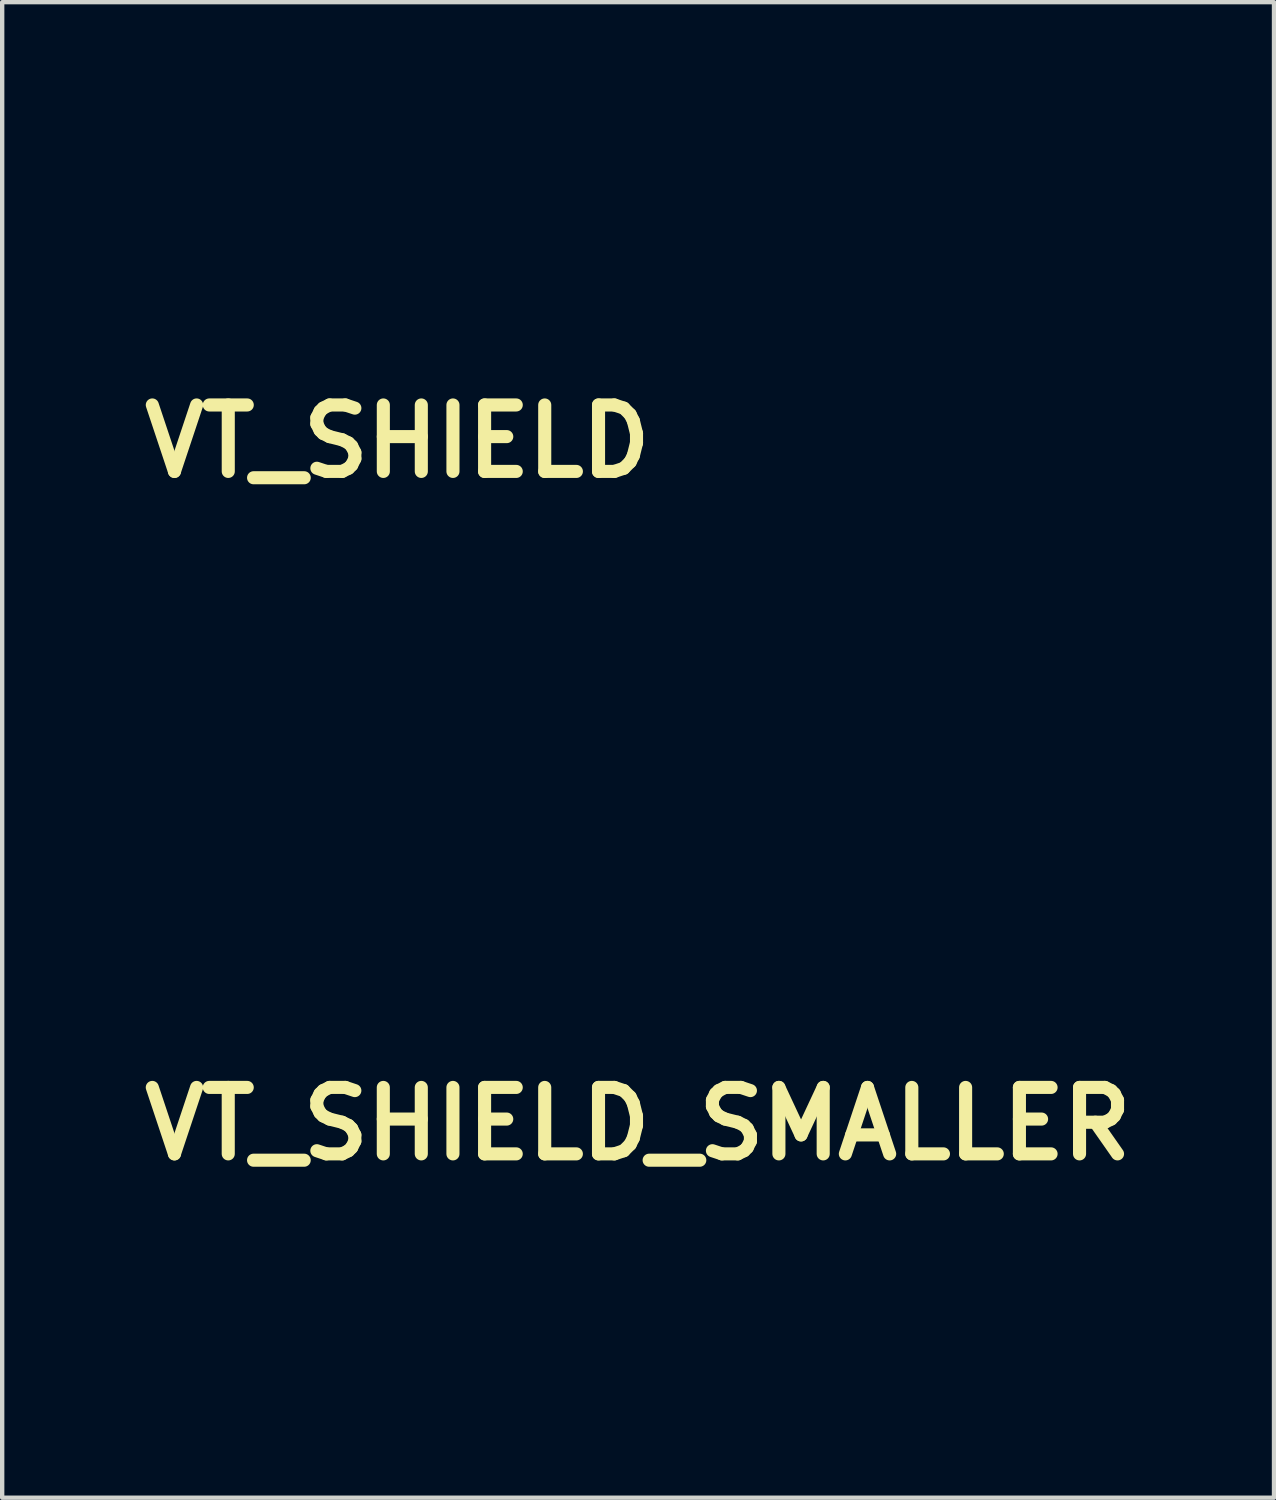
<source format=kicad_pcb>
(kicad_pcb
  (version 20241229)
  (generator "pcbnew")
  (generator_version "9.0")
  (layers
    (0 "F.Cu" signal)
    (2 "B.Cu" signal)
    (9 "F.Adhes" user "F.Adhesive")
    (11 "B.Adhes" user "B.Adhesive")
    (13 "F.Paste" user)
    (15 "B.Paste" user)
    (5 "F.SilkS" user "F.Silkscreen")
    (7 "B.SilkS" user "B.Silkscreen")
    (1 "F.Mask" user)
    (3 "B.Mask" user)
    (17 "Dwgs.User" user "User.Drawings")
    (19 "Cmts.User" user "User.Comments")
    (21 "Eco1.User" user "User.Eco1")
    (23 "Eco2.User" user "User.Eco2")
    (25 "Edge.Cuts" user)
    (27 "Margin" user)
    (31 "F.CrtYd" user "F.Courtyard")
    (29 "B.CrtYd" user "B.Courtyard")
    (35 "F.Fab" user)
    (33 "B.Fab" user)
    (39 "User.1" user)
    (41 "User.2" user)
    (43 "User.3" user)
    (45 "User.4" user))
  (footprint "VT_SHIELD_SMALLER"
    (layer "F.Cu")
    (at 11.582 22.721)
    (property "Reference" "VT_SHIELD_SMALLER" (at 0 0 0) (layer "F.SilkS") (effects (font (size 1.524 1.524) (thickness 0.3))))
    (attr through_hole)
    (fp_poly (pts (xy -1.018 1.988) (xy -0.957 2.021) (xy -0.914 2.074) (xy -0.891 2.139) (xy -0.892 2.211) (xy -0.923 2.284) (xy -0.945 2.313) (xy -0.992 2.357) (xy -1.034 2.373) (xy -1.085 2.364) (xy -1.117 2.351) (xy -1.173 2.315) (xy -1.224 2.264) (xy -1.259 2.209) (xy -1.27 2.166) (xy -1.256 2.097) (xy -1.218 2.036) (xy -1.171 1.999) (xy -1.09 1.978) (xy -1.018 1.988)) (stroke (width 0.01) (type solid)) (fill yes) (layer "F.Mask"))
    (fp_poly (pts (xy -1.044 2.689) (xy -1.021 2.701) (xy -0.937 2.76) (xy -0.884 2.836) (xy -0.865 2.926) (xy -0.865 2.934) (xy -0.881 3.013) (xy -0.924 3.075) (xy -0.987 3.115) (xy -1.064 3.129) (xy -1.141 3.115) (xy -1.211 3.074) (xy -1.258 3.012) (xy -1.281 2.939) (xy -1.28 2.861) (xy -1.255 2.787) (xy -1.205 2.725) (xy -1.155 2.692) (xy -1.115 2.676) (xy -1.084 2.674) (xy -1.044 2.689)) (stroke (width 0.01) (type solid)) (fill yes) (layer "F.Mask"))
    (fp_poly (pts (xy 4.445 -2.367) (xy 4.445 0.817) (xy 3.311 0.807) (xy 3.302 -5.261) (xy 2.086 -5.261) (xy 2.086 0.817) (xy -0.05 0.812) (xy -2.186 0.807) (xy -2.186 0.671) (xy -1.959 0.671) (xy -1.306 0.671) (xy -1.315 -4.808) (xy -1.107 -4.808) (xy -1.107 0.254) (xy -0.78 0.254) (xy 0.708 0.254) (xy 1.052 0.254) (xy 1.043 -4.799) (xy 0.875 -4.804) (xy 0.708 -4.809) (xy 0.708 0.254) (xy -0.78 0.254) (xy -0.78 -4.554) (xy -0.617 -4.554) (xy -0.617 0.073) (xy -0.472 0.073) (xy -0.472 0.054) (xy 0.381 0.054) (xy 0.454 0.054) (xy 0.501 0.051) (xy 0.522 0.039) (xy 0.526 0.018) (xy 0.526 -0.004) (xy 0.526 -0.061) (xy 0.526 -0.149) (xy 0.526 -0.267) (xy 0.526 -0.412) (xy 0.526 -0.583) (xy 0.526 -0.776) (xy 0.526 -0.991) (xy 0.526 -1.224) (xy 0.526 -1.473) (xy 0.526 -1.736) (xy 0.526 -2.011) (xy 0.526 -2.291) (xy 0.527 -4.563) (xy 0.469 -4.569) (xy 0.422 -4.566) (xy 0.397 -4.551) (xy 0.395 -4.53) (xy 0.393 -4.475) (xy 0.391 -4.388) (xy 0.39 -4.272) (xy 0.388 -4.128) (xy 0.387 -3.958) (xy 0.385 -3.766) (xy 0.384 -3.552) (xy 0.383 -3.32) (xy 0.382 -3.071) (xy 0.382 -2.808) (xy 0.381 -2.533) (xy 0.381 -2.248) (xy 0.381 -2.236) (xy 0.381 0.054) (xy -0.472 0.054) (xy -0.472 -0.036) (xy -0.219 -0.036) (xy 0.128 -0.036) (xy 0.123 -0.186) (xy 0.118 -0.336) (xy -0.209 -0.336) (xy -0.214 -0.186) (xy -0.219 -0.036) (xy -0.472 -0.036) (xy -0.472 -4.554) (xy -0.617 -4.554) (xy -0.78 -4.554) (xy -0.78 -4.808) (xy -1.107 -4.808) (xy -1.315 -4.808) (xy -1.315 -5.035) (xy -1.637 -5.04) (xy -1.905 -5.044) (xy 1.234 -5.044) (xy 1.234 0.671) (xy 1.869 0.671) (xy 1.869 -5.044) (xy 1.234 -5.044) (xy -1.905 -5.044) (xy -1.959 -5.045) (xy -1.959 0.671) (xy -2.186 0.671) (xy -2.191 -2.227) (xy -2.195 -5.261) (xy -3.411 -5.261) (xy -3.411 0.816) (xy -4.445 0.816) (xy -4.445 -5.552) (xy 4.445 -5.552) (xy 4.445 -2.367)) (stroke (width 0.01) (type solid)) (fill yes) (layer "F.Mask"))
    (fp_poly (pts (xy 4.445 2.084) (xy 4.445 2.295) (xy 4.445 2.473) (xy 4.444 2.622) (xy 4.444 2.744) (xy 4.442 2.844) (xy 4.44 2.925) (xy 4.437 2.99) (xy 4.434 3.042) (xy 4.429 3.085) (xy 4.423 3.123) (xy 4.415 3.159) (xy 4.406 3.195) (xy 4.401 3.218) (xy 4.355 3.368) (xy 4.302 3.488) (xy 4.239 3.584) (xy 4.177 3.647) (xy 4.138 3.675) (xy 4.07 3.716) (xy 3.978 3.767) (xy 3.865 3.828) (xy 3.736 3.895) (xy 3.595 3.967) (xy 3.445 4.041) (xy 3.292 4.115) (xy 3.138 4.188) (xy 3.003 4.251) (xy 2.841 4.325) (xy 2.701 4.389) (xy 2.576 4.445) (xy 2.459 4.498) (xy 2.342 4.551) (xy 2.218 4.606) (xy 2.08 4.668) (xy 1.921 4.739) (xy 1.805 4.79) (xy 1.51 4.921) (xy 1.238 5.041) (xy 0.99 5.151) (xy 0.767 5.248) (xy 0.57 5.334) (xy 0.4 5.407) (xy 0.258 5.467) (xy 0.146 5.513) (xy 0.064 5.546) (xy 0.013 5.565) (xy -0.005 5.569) (xy -0.026 5.562) (xy -0.076 5.542) (xy -0.153 5.511) (xy -0.252 5.47) (xy -0.368 5.421) (xy -0.5 5.365) (xy -0.642 5.304) (xy -0.671 5.291) (xy -0.83 5.223) (xy -0.992 5.153) (xy -1.15 5.084) (xy -1.299 5.019) (xy -1.432 4.962) (xy -1.543 4.913) (xy -1.615 4.882) (xy -1.731 4.83) (xy -1.855 4.776) (xy -1.974 4.723) (xy -2.078 4.678) (xy -2.123 4.658) (xy -2.469 4.506) (xy -2.783 4.366) (xy -3.066 4.239) (xy -3.318 4.123) (xy -3.541 4.019) (xy -3.737 3.925) (xy -3.766 3.911) (xy -3.909 3.84) (xy -4.024 3.781) (xy -4.113 3.73) (xy -4.183 3.686) (xy -4.236 3.644) (xy -4.277 3.601) (xy -4.31 3.555) (xy -4.339 3.502) (xy -4.354 3.472) (xy -4.372 3.431) (xy -4.388 3.393) (xy -4.402 3.354) (xy -4.413 3.311) (xy -4.422 3.26) (xy -4.429 3.2) (xy -4.435 3.126) (xy -4.439 3.036) (xy -4.441 2.927) (xy -4.443 2.794) (xy -4.444 2.636) (xy -4.445 2.448) (xy -4.445 2.228) (xy -4.445 2.155) (xy -4.445 1.96) (xy -3.651 1.96) (xy -3.645 2.005) (xy -3.634 2.065) (xy -3.621 2.131) (xy -3.607 2.193) (xy -3.595 2.24) (xy -3.585 2.263) (xy -3.585 2.263) (xy -3.568 2.258) (xy -3.525 2.241) (xy -3.464 2.214) (xy -3.428 2.197) (xy -3.36 2.167) (xy -3.304 2.145) (xy -3.269 2.134) (xy -3.262 2.134) (xy -3.258 2.154) (xy -3.255 2.205) (xy -3.253 2.285) (xy -3.25 2.388) (xy -3.249 2.51) (xy -3.248 2.647) (xy -3.248 2.759) (xy -3.248 3.375) (xy -2.83 3.375) (xy -2.83 2.91) (xy -1.718 2.91) (xy -1.712 3.02) (xy -1.674 3.125) (xy -1.608 3.22) (xy -1.519 3.297) (xy -1.433 3.342) (xy -1.293 3.382) (xy -1.136 3.401) (xy -0.976 3.397) (xy -0.825 3.371) (xy -0.803 3.365) (xy -0.674 3.311) (xy -0.57 3.234) (xy -0.492 3.138) (xy -0.445 3.026) (xy -0.43 2.913) (xy -0.443 2.788) (xy -0.487 2.684) (xy -0.562 2.597) (xy -0.609 2.561) (xy -0.657 2.527) (xy -0.692 2.5) (xy -0.703 2.489) (xy -0.692 2.472) (xy -0.659 2.446) (xy -0.646 2.437) (xy -0.598 2.393) (xy -0.552 2.328) (xy -0.538 2.302) (xy -0.499 2.19) (xy -0.495 2.083) (xy -0.521 1.983) (xy -0.577 1.893) (xy -0.66 1.818) (xy -0.766 1.76) (xy -0.828 1.742) (xy 0.381 1.742) (xy 0.381 2.106) (xy 0.739 2.105) (xy 0.85 2.104) (xy 0.948 2.104) (xy 1.029 2.104) (xy 1.085 2.104) (xy 1.111 2.104) (xy 1.112 2.104) (xy 1.111 2.119) (xy 1.096 2.157) (xy 1.069 2.211) (xy 1.065 2.218) (xy 1.04 2.263) (xy 1.002 2.336) (xy 0.953 2.43) (xy 0.895 2.54) (xy 0.831 2.662) (xy 0.765 2.789) (xy 0.753 2.812) (xy 0.689 2.935) (xy 0.629 3.05) (xy 0.576 3.151) (xy 0.532 3.234) (xy 0.499 3.295) (xy 0.48 3.33) (xy 0.478 3.334) (xy 0.452 3.376) (xy 0.69 3.371) (xy 0.787 3.368) (xy 0.854 3.365) (xy 0.897 3.36) (xy 0.924 3.353) (xy 0.94 3.34) (xy 0.952 3.323) (xy 0.954 3.32) (xy 0.97 3.29) (xy 1.001 3.227) (xy 1.046 3.135) (xy 1.06 3.107) (xy 2.431 3.107) (xy 2.431 3.375) (xy 3.647 3.375) (xy 3.647 3.012) (xy 3.352 3.011) (xy 3.057 3.011) (xy 3.111 2.965) (xy 3.228 2.865) (xy 3.321 2.783) (xy 3.393 2.713) (xy 3.449 2.651) (xy 3.494 2.592) (xy 3.532 2.532) (xy 3.556 2.486) (xy 3.586 2.402) (xy 3.604 2.298) (xy 3.609 2.19) (xy 3.598 2.093) (xy 3.594 2.074) (xy 3.546 1.964) (xy 3.47 1.872) (xy 3.369 1.798) (xy 3.248 1.745) (xy 3.111 1.714) (xy 2.962 1.708) (xy 2.805 1.728) (xy 2.792 1.731) (xy 2.706 1.753) (xy 2.622 1.782) (xy 2.547 1.812) (xy 2.49 1.842) (xy 2.46 1.867) (xy 2.459 1.867) (xy 2.46 1.891) (xy 2.471 1.939) (xy 2.489 1.999) (xy 2.511 2.062) (xy 2.533 2.118) (xy 2.552 2.156) (xy 2.557 2.164) (xy 2.579 2.164) (xy 2.62 2.148) (xy 2.652 2.132) (xy 2.757 2.086) (xy 2.861 2.064) (xy 2.958 2.063) (xy 3.044 2.084) (xy 3.111 2.126) (xy 3.156 2.186) (xy 3.168 2.226) (xy 3.17 2.291) (xy 3.153 2.361) (xy 3.115 2.438) (xy 3.053 2.524) (xy 2.965 2.623) (xy 2.851 2.735) (xy 2.709 2.865) (xy 2.688 2.883) (xy 2.431 3.107) (xy 1.06 3.107) (xy 1.106 3.014) (xy 1.178 2.864) (xy 1.263 2.688) (xy 1.36 2.487) (xy 1.469 2.262) (xy 1.499 2.2) (xy 1.54 2.112) (xy 1.568 2.047) (xy 1.585 1.995) (xy 1.593 1.948) (xy 1.596 1.896) (xy 1.597 1.869) (xy 1.597 1.742) (xy 0.381 1.742) (xy -0.828 1.742) (xy -0.895 1.722) (xy -0.975 1.711) (xy -1.131 1.711) (xy -1.273 1.735) (xy -1.399 1.781) (xy -1.505 1.847) (xy -1.588 1.931) (xy -1.643 2.03) (xy -1.668 2.141) (xy -1.669 2.171) (xy -1.652 2.28) (xy -1.602 2.383) (xy -1.523 2.473) (xy -1.519 2.476) (xy -1.48 2.512) (xy -1.456 2.538) (xy -1.453 2.545) (xy -1.553 2.62) (xy -1.625 2.687) (xy -1.673 2.753) (xy -1.702 2.823) (xy -1.718 2.905) (xy -1.718 2.91) (xy -2.83 2.91) (xy -2.83 1.742) (xy -3.021 1.742) (xy -3.1 1.742) (xy -3.159 1.745) (xy -3.21 1.753) (xy -3.261 1.767) (xy -3.323 1.792) (xy -3.407 1.828) (xy -3.424 1.835) (xy -3.506 1.872) (xy -3.575 1.903) (xy -3.625 1.926) (xy -3.649 1.939) (xy -3.65 1.94) (xy -3.651 1.96) (xy -4.445 1.96) (xy -4.445 1.125) (xy 4.445 1.125) (xy 4.445 2.084)) (stroke (width 0.01) (type solid)) (fill yes) (layer "F.Mask")))
  (footprint "VT_SHIELD"
    (layer "F.Cu")
    (at 6.067 7.071)
    (property "Reference" "VT_SHIELD" (at 0 0 0) (layer "F.SilkS") (effects (font (size 1.524 1.524) (thickness 0.3))))
    (attr through_hole)
    (fp_poly (pts (xy -1.295 2.53) (xy -1.218 2.573) (xy -1.163 2.639) (xy -1.133 2.722) (xy -1.136 2.814) (xy -1.175 2.907) (xy -1.203 2.943) (xy -1.262 3) (xy -1.316 3.021) (xy -1.381 3.008) (xy -1.421 2.992) (xy -1.493 2.947) (xy -1.557 2.881) (xy -1.602 2.811) (xy -1.616 2.756) (xy -1.598 2.669) (xy -1.551 2.591) (xy -1.49 2.544) (xy -1.387 2.518) (xy -1.295 2.53)) (stroke (width 0.01) (type solid)) (fill yes) (layer "F.Mask"))
    (fp_poly (pts (xy -1.329 3.423) (xy -1.299 3.438) (xy -1.192 3.513) (xy -1.126 3.609) (xy -1.101 3.722) (xy -1.101 3.732) (xy -1.117 3.832) (xy -1.169 3.907) (xy -1.262 3.963) (xy -1.263 3.963) (xy -1.318 3.985) (xy -1.358 3.991) (xy -1.403 3.982) (xy -1.453 3.965) (xy -1.542 3.912) (xy -1.601 3.834) (xy -1.63 3.741) (xy -1.629 3.642) (xy -1.597 3.548) (xy -1.534 3.468) (xy -1.47 3.426) (xy -1.419 3.405) (xy -1.379 3.404) (xy -1.329 3.423)) (stroke (width 0.01) (type solid)) (fill yes) (layer "F.Mask"))
    (fp_poly (pts (xy 5.657 1.04) (xy 4.214 1.028) (xy 4.208 -2.834) (xy 4.202 -6.696) (xy 2.655 -6.696) (xy 2.655 1.039) (xy -0.064 1.033) (xy -2.782 1.028) (xy -2.788 -2.834) (xy -2.794 -6.419) (xy -2.494 -6.419) (xy -2.494 0.854) (xy -1.663 0.854) (xy -1.663 -6.119) (xy -1.409 -6.119) (xy -1.409 0.323) (xy -0.993 0.323) (xy 0.901 0.323) (xy 1.339 0.323) (xy 1.328 -6.108) (xy 0.901 -6.121) (xy 0.901 0.323) (xy -0.993 0.323) (xy -0.993 -5.796) (xy -0.785 -5.796) (xy -0.785 0.092) (xy -0.6 0.092) (xy -0.6 0.069) (xy 0.485 0.069) (xy 0.575 0.069) (xy 0.647 0.06) (xy 0.679 0.033) (xy 0.68 0.005) (xy 0.682 -0.065) (xy 0.684 -0.176) (xy 0.685 -0.325) (xy 0.687 -0.509) (xy 0.688 -0.725) (xy 0.689 -0.971) (xy 0.69 -1.243) (xy 0.691 -1.539) (xy 0.692 -1.856) (xy 0.692 -2.191) (xy 0.693 -2.541) (xy 0.693 -2.904) (xy 0.693 -2.913) (xy 0.693 -5.822) (xy 0.595 -5.814) (xy 0.496 -5.807) (xy 0.485 0.069) (xy -0.6 0.069) (xy -0.6 -0.046) (xy -0.279 -0.046) (xy 0.164 -0.046) (xy 0.157 -0.237) (xy 0.15 -0.427) (xy -0.266 -0.427) (xy -0.272 -0.237) (xy -0.279 -0.046) (xy -0.6 -0.046) (xy -0.6 -5.796) (xy -0.785 -5.796) (xy -0.993 -5.796) (xy -0.993 -6.119) (xy -1.409 -6.119) (xy -1.663 -6.119) (xy -1.663 -6.419) (xy 1.57 -6.419) (xy 1.57 0.854) (xy 2.378 0.854) (xy 2.378 -6.419) (xy 1.57 -6.419) (xy -1.663 -6.419) (xy -2.494 -6.419) (xy -2.794 -6.419) (xy -2.794 -6.696) (xy -4.341 -6.696) (xy -4.341 1.039) (xy -5.657 1.039) (xy -5.657 -7.066) (xy 5.657 -7.066) (xy 5.657 1.04)) (stroke (width 0.01) (type solid)) (fill yes) (layer "F.Mask"))
    (fp_poly (pts (xy 5.652 2.707) (xy 5.65 2.983) (xy 5.648 3.216) (xy 5.647 3.411) (xy 5.645 3.573) (xy 5.642 3.704) (xy 5.639 3.81) (xy 5.635 3.894) (xy 5.63 3.96) (xy 5.625 4.013) (xy 5.617 4.057) (xy 5.609 4.095) (xy 5.598 4.133) (xy 5.591 4.156) (xy 5.523 4.344) (xy 5.445 4.492) (xy 5.351 4.61) (xy 5.316 4.642) (xy 5.262 4.681) (xy 5.169 4.737) (xy 5.042 4.807) (xy 4.885 4.89) (xy 4.702 4.984) (xy 4.497 5.086) (xy 4.274 5.195) (xy 4.037 5.308) (xy 3.789 5.424) (xy 3.568 5.526) (xy 3.303 5.646) (xy 3.029 5.77) (xy 2.749 5.896) (xy 2.466 6.022) (xy 2.183 6.148) (xy 1.904 6.272) (xy 1.632 6.392) (xy 1.369 6.507) (xy 1.12 6.616) (xy 0.887 6.717) (xy 0.674 6.809) (xy 0.485 6.89) (xy 0.321 6.96) (xy 0.187 7.015) (xy 0.085 7.056) (xy 0.02 7.081) (xy -0.006 7.088) (xy -0.033 7.079) (xy -0.097 7.053) (xy -0.195 7.013) (xy -0.32 6.961) (xy -0.469 6.898) (xy -0.637 6.827) (xy -0.819 6.749) (xy -0.866 6.729) (xy -1.069 6.641) (xy -1.274 6.553) (xy -1.474 6.466) (xy -1.662 6.384) (xy -1.83 6.311) (xy -1.97 6.25) (xy -2.067 6.208) (xy -2.216 6.142) (xy -2.378 6.07) (xy -2.537 6.001) (xy -2.676 5.939) (xy -2.725 5.918) (xy -3.115 5.746) (xy -3.479 5.584) (xy -3.817 5.432) (xy -4.125 5.292) (xy -4.403 5.164) (xy -4.649 5.048) (xy -4.86 4.947) (xy -5.036 4.86) (xy -5.174 4.788) (xy -5.272 4.733) (xy -5.326 4.698) (xy -5.424 4.6) (xy -5.515 4.464) (xy -5.59 4.306) (xy -5.646 4.168) (xy -5.653 2.8) (xy -5.654 2.494) (xy -4.646 2.494) (xy -4.639 2.552) (xy -4.625 2.629) (xy -4.608 2.713) (xy -4.591 2.791) (xy -4.575 2.851) (xy -4.563 2.88) (xy -4.563 2.88) (xy -4.541 2.874) (xy -4.486 2.852) (xy -4.409 2.818) (xy -4.363 2.796) (xy -4.276 2.757) (xy -4.206 2.73) (xy -4.161 2.716) (xy -4.151 2.716) (xy -4.147 2.741) (xy -4.143 2.807) (xy -4.14 2.908) (xy -4.137 3.039) (xy -4.135 3.195) (xy -4.134 3.369) (xy -4.133 3.511) (xy -4.133 4.295) (xy -3.602 4.295) (xy -3.602 3.704) (xy -2.187 3.704) (xy -2.181 3.85) (xy -2.132 3.983) (xy -2.044 4.099) (xy -1.919 4.196) (xy -1.759 4.272) (xy -1.567 4.324) (xy -1.547 4.328) (xy -1.47 4.333) (xy -1.365 4.33) (xy -1.246 4.321) (xy -1.132 4.306) (xy -1.038 4.287) (xy -1.022 4.283) (xy -0.868 4.218) (xy -0.742 4.127) (xy -0.645 4.016) (xy -0.578 3.891) (xy -0.544 3.758) (xy -0.544 3.623) (xy -0.578 3.493) (xy -0.649 3.374) (xy -0.759 3.271) (xy -0.775 3.26) (xy -0.836 3.216) (xy -0.88 3.182) (xy -0.894 3.167) (xy -0.881 3.146) (xy -0.839 3.113) (xy -0.822 3.102) (xy -0.761 3.045) (xy -0.702 2.963) (xy -0.684 2.93) (xy -0.635 2.788) (xy -0.629 2.651) (xy -0.664 2.523) (xy -0.735 2.41) (xy -0.84 2.314) (xy -0.975 2.24) (xy -1.054 2.217) (xy 0.485 2.217) (xy 0.485 2.68) (xy 0.941 2.679) (xy 1.082 2.678) (xy 1.207 2.678) (xy 1.309 2.677) (xy 1.38 2.677) (xy 1.414 2.678) (xy 1.415 2.678) (xy 1.417 2.686) (xy 1.408 2.714) (xy 1.384 2.764) (xy 1.346 2.84) (xy 1.29 2.947) (xy 1.215 3.087) (xy 1.143 3.221) (xy 1.11 3.284) (xy 1.06 3.38) (xy 0.997 3.499) (xy 0.928 3.633) (xy 0.855 3.774) (xy 0.843 3.798) (xy 0.774 3.93) (xy 0.712 4.049) (xy 0.66 4.148) (xy 0.62 4.221) (xy 0.597 4.262) (xy 0.594 4.267) (xy 0.592 4.279) (xy 0.615 4.287) (xy 0.666 4.291) (xy 0.753 4.292) (xy 0.876 4.29) (xy 0.999 4.287) (xy 1.085 4.283) (xy 1.141 4.277) (xy 1.176 4.267) (xy 1.196 4.252) (xy 1.212 4.229) (xy 1.214 4.226) (xy 1.234 4.187) (xy 1.274 4.108) (xy 1.332 3.99) (xy 1.349 3.954) (xy 3.094 3.954) (xy 3.094 4.295) (xy 4.641 4.295) (xy 4.641 3.833) (xy 4.266 3.832) (xy 3.891 3.832) (xy 3.949 3.785) (xy 4.123 3.639) (xy 4.262 3.509) (xy 4.372 3.391) (xy 4.459 3.278) (xy 4.528 3.164) (xy 4.528 3.163) (xy 4.555 3.105) (xy 4.572 3.047) (xy 4.581 2.973) (xy 4.583 2.871) (xy 4.583 2.84) (xy 4.581 2.727) (xy 4.574 2.647) (xy 4.56 2.586) (xy 4.535 2.531) (xy 4.533 2.526) (xy 4.44 2.401) (xy 4.315 2.301) (xy 4.161 2.228) (xy 3.986 2.185) (xy 3.795 2.173) (xy 3.594 2.194) (xy 3.554 2.203) (xy 3.445 2.231) (xy 3.337 2.267) (xy 3.242 2.307) (xy 3.169 2.344) (xy 3.131 2.376) (xy 3.13 2.377) (xy 3.131 2.407) (xy 3.145 2.468) (xy 3.169 2.545) (xy 3.197 2.626) (xy 3.225 2.697) (xy 3.25 2.746) (xy 3.257 2.756) (xy 3.285 2.756) (xy 3.338 2.736) (xy 3.376 2.716) (xy 3.506 2.656) (xy 3.636 2.627) (xy 3.759 2.625) (xy 3.868 2.651) (xy 3.955 2.702) (xy 4.014 2.778) (xy 4.032 2.833) (xy 4.035 2.916) (xy 4.014 3.005) (xy 3.965 3.102) (xy 3.886 3.212) (xy 3.776 3.336) (xy 3.631 3.479) (xy 3.45 3.643) (xy 3.421 3.668) (xy 3.094 3.954) (xy 1.349 3.954) (xy 1.407 3.835) (xy 1.499 3.645) (xy 1.608 3.422) (xy 1.732 3.165) (xy 1.87 2.878) (xy 1.907 2.8) (xy 1.96 2.688) (xy 1.996 2.605) (xy 2.017 2.539) (xy 2.028 2.48) (xy 2.032 2.414) (xy 2.032 2.379) (xy 2.032 2.217) (xy 0.485 2.217) (xy -1.054 2.217) (xy -1.139 2.192) (xy -1.241 2.178) (xy -1.439 2.177) (xy -1.62 2.208) (xy -1.781 2.267) (xy -1.916 2.351) (xy -2.021 2.457) (xy -2.091 2.583) (xy -2.123 2.725) (xy -2.124 2.763) (xy -2.102 2.902) (xy -2.039 3.033) (xy -1.939 3.147) (xy -1.934 3.152) (xy -1.883 3.197) (xy -1.853 3.23) (xy -1.849 3.239) (xy -1.976 3.335) (xy -2.068 3.42) (xy -2.129 3.503) (xy -2.166 3.593) (xy -2.186 3.697) (xy -2.187 3.704) (xy -3.602 3.704) (xy -3.602 2.217) (xy -3.845 2.217) (xy -3.945 2.217) (xy -4.021 2.221) (xy -4.085 2.231) (xy -4.15 2.249) (xy -4.23 2.28) (xy -4.336 2.326) (xy -4.358 2.336) (xy -4.462 2.382) (xy -4.55 2.422) (xy -4.613 2.452) (xy -4.644 2.468) (xy -4.646 2.469) (xy -4.646 2.494) (xy -5.654 2.494) (xy -5.659 1.432) (xy 5.659 1.432) (xy 5.652 2.707)) (stroke (width 0.01) (type solid)) (fill yes) (layer "F.Mask")))
  (gr_rect
    (start -3 -3)
    (end 26.165 31.295)
    (stroke (width 0.1) (type default))
    (fill no)
    (layer "Edge.Cuts")))
</source>
